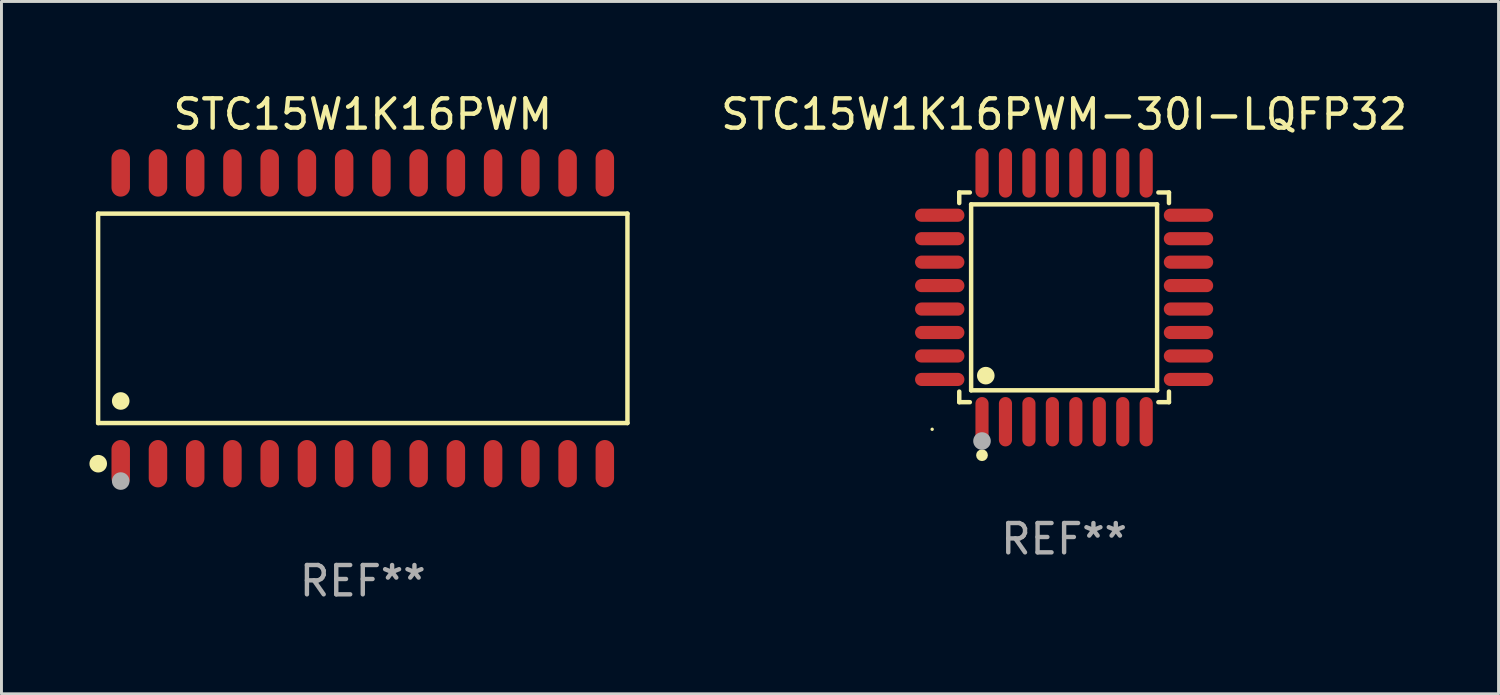
<source format=kicad_pcb>
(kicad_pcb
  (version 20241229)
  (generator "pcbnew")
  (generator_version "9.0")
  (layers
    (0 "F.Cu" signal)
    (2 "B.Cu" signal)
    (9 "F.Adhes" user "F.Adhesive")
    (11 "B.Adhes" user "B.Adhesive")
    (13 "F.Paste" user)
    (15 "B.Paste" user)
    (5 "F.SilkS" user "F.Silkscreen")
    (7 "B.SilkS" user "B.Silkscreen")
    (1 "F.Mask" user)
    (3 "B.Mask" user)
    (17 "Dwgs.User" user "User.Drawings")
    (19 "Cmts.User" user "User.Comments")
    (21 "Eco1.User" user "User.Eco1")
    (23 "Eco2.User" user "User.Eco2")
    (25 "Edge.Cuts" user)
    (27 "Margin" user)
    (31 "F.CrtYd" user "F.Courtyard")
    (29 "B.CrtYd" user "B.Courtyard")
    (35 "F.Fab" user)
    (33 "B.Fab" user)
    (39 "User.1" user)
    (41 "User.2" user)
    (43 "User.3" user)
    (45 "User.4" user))
  (footprint "STC15W1K16PWM-30I-LQFP32"
    (layer "F.Cu")
    (at 33.24 7.09)
    (property "Reference" "STC15W1K16PWM-30I-LQFP32" (at 0 -6.242 0) (layer "F.SilkS") (effects (font (size 1 1) (thickness 0.15))))
    (attr through_hole)
    (fp_line (start -3.576 -3.576) (end -3.215 -3.576) (stroke (width 0.152) (type solid)) (layer "F.SilkS"))
    (fp_line (start -3.576 -3.215) (end -3.576 -3.576) (stroke (width 0.152) (type solid)) (layer "F.SilkS"))
    (fp_line (start -3.576 3.215) (end -3.576 3.576) (stroke (width 0.152) (type solid)) (layer "F.SilkS"))
    (fp_line (start -3.576 3.576) (end -3.215 3.576) (stroke (width 0.152) (type solid)) (layer "F.SilkS"))
    (fp_line (start -3.171 -3.171) (end 3.171 -3.171) (stroke (width 0.152) (type solid)) (layer "F.SilkS"))
    (fp_line (start -3.171 3.171) (end -3.171 -3.171) (stroke (width 0.152) (type solid)) (layer "F.SilkS"))
    (fp_line (start 3.171 -3.171) (end 3.171 3.171) (stroke (width 0.152) (type solid)) (layer "F.SilkS"))
    (fp_line (start 3.171 3.171) (end -3.171 3.171) (stroke (width 0.152) (type solid)) (layer "F.SilkS"))
    (fp_line (start 3.576 -3.576) (end 3.215 -3.576) (stroke (width 0.152) (type solid)) (layer "F.SilkS"))
    (fp_line (start 3.576 -3.215) (end 3.576 -3.576) (stroke (width 0.152) (type solid)) (layer "F.SilkS"))
    (fp_line (start 3.576 3.215) (end 3.576 3.576) (stroke (width 0.152) (type solid)) (layer "F.SilkS"))
    (fp_line (start 3.576 3.576) (end 3.215 3.576) (stroke (width 0.152) (type solid)) (layer "F.SilkS"))
    (fp_circle (center -4.5 4.5) (end -4.47 4.5) (stroke (width 0.06) (type solid)) (fill no) (layer "F.SilkS"))
    (fp_circle (center -2.8 5.384) (end -2.7 5.384) (stroke (width 0.2) (type solid)) (fill no) (layer "F.SilkS"))
    (fp_circle (center -2.671 2.671) (end -2.521 2.671) (stroke (width 0.3) (type solid)) (fill no) (layer "F.SilkS"))
    (fp_circle (center -2.8 4.9) (end -2.65 4.9) (stroke (width 0.3) (type solid)) (fill no) (layer "F.Fab"))
    (fp_text user "REF**" (at 0 8.242 0) (layer "F.Fab") (effects (font (size 1 1) (thickness 0.15))))
    (pad "1" smd oval (at -2.8 4.242) (size 0.448 1.684) (layers "F.Cu" "F.Mask" "F.Paste"))
    (pad "2" smd oval (at -2 4.242) (size 0.448 1.684) (layers "F.Cu" "F.Mask" "F.Paste"))
    (pad "3" smd oval (at -1.2 4.242) (size 0.448 1.684) (layers "F.Cu" "F.Mask" "F.Paste"))
    (pad "4" smd oval (at -0.4 4.242) (size 0.448 1.684) (layers "F.Cu" "F.Mask" "F.Paste"))
    (pad "5" smd oval (at 0.4 4.242) (size 0.448 1.684) (layers "F.Cu" "F.Mask" "F.Paste"))
    (pad "6" smd oval (at 1.2 4.242) (size 0.448 1.684) (layers "F.Cu" "F.Mask" "F.Paste"))
    (pad "7" smd oval (at 2 4.242) (size 0.448 1.684) (layers "F.Cu" "F.Mask" "F.Paste"))
    (pad "8" smd oval (at 2.8 4.242) (size 0.448 1.684) (layers "F.Cu" "F.Mask" "F.Paste"))
    (pad "9" smd oval (at 4.242 2.8) (size 1.684 0.448) (layers "F.Cu" "F.Mask" "F.Paste"))
    (pad "10" smd oval (at 4.242 2) (size 1.684 0.448) (layers "F.Cu" "F.Mask" "F.Paste"))
    (pad "11" smd oval (at 4.242 1.2) (size 1.684 0.448) (layers "F.Cu" "F.Mask" "F.Paste"))
    (pad "12" smd oval (at 4.242 0.4) (size 1.684 0.448) (layers "F.Cu" "F.Mask" "F.Paste"))
    (pad "13" smd oval (at 4.242 -0.4) (size 1.684 0.448) (layers "F.Cu" "F.Mask" "F.Paste"))
    (pad "14" smd oval (at 4.242 -1.2) (size 1.684 0.448) (layers "F.Cu" "F.Mask" "F.Paste"))
    (pad "15" smd oval (at 4.242 -2) (size 1.684 0.448) (layers "F.Cu" "F.Mask" "F.Paste"))
    (pad "16" smd oval (at 4.242 -2.8) (size 1.684 0.448) (layers "F.Cu" "F.Mask" "F.Paste"))
    (pad "17" smd oval (at 2.8 -4.242) (size 0.448 1.684) (layers "F.Cu" "F.Mask" "F.Paste"))
    (pad "18" smd oval (at 2 -4.242) (size 0.448 1.684) (layers "F.Cu" "F.Mask" "F.Paste"))
    (pad "19" smd oval (at 1.2 -4.242) (size 0.448 1.684) (layers "F.Cu" "F.Mask" "F.Paste"))
    (pad "20" smd oval (at 0.4 -4.242) (size 0.448 1.684) (layers "F.Cu" "F.Mask" "F.Paste"))
    (pad "21" smd oval (at -0.4 -4.242) (size 0.448 1.684) (layers "F.Cu" "F.Mask" "F.Paste"))
    (pad "22" smd oval (at -1.2 -4.242) (size 0.448 1.684) (layers "F.Cu" "F.Mask" "F.Paste"))
    (pad "23" smd oval (at -2 -4.242) (size 0.448 1.684) (layers "F.Cu" "F.Mask" "F.Paste"))
    (pad "24" smd oval (at -2.8 -4.242) (size 0.448 1.684) (layers "F.Cu" "F.Mask" "F.Paste"))
    (pad "25" smd oval (at -4.242 -2.8) (size 1.684 0.448) (layers "F.Cu" "F.Mask" "F.Paste"))
    (pad "26" smd oval (at -4.242 -2) (size 1.684 0.448) (layers "F.Cu" "F.Mask" "F.Paste"))
    (pad "27" smd oval (at -4.242 -1.2) (size 1.684 0.448) (layers "F.Cu" "F.Mask" "F.Paste"))
    (pad "28" smd oval (at -4.242 -0.4) (size 1.684 0.448) (layers "F.Cu" "F.Mask" "F.Paste"))
    (pad "29" smd oval (at -4.242 0.4) (size 1.684 0.448) (layers "F.Cu" "F.Mask" "F.Paste"))
    (pad "30" smd oval (at -4.242 1.2) (size 1.684 0.448) (layers "F.Cu" "F.Mask" "F.Paste"))
    (pad "31" smd oval (at -4.242 2) (size 1.684 0.448) (layers "F.Cu" "F.Mask" "F.Paste"))
    (pad "32" smd oval (at -4.242 2.8) (size 1.684 0.448) (layers "F.Cu" "F.Mask" "F.Paste")))
  (footprint "STC15W1K16PWM"
    (layer "F.Cu")
    (at 9.322 7.806)
    (property "Reference" "STC15W1K16PWM" (at 0 -6.958 0) (layer "F.SilkS") (effects (font (size 1 1) (thickness 0.15))))
    (attr through_hole)
    (fp_line (start -9.026 -3.571) (end 9.026 -3.571) (stroke (width 0.152) (type solid)) (layer "F.SilkS"))
    (fp_line (start -9.026 3.571) (end -9.026 -3.571) (stroke (width 0.152) (type solid)) (layer "F.SilkS"))
    (fp_line (start 9.026 -3.571) (end 9.026 3.571) (stroke (width 0.152) (type solid)) (layer "F.SilkS"))
    (fp_line (start 9.026 3.571) (end -9.026 3.571) (stroke (width 0.152) (type solid)) (layer "F.SilkS"))
    (fp_circle (center -9.022 4.958) (end -8.872 4.958) (stroke (width 0.3) (type solid)) (fill no) (layer "F.SilkS"))
    (fp_circle (center -8.95 5.15) (end -8.92 5.15) (stroke (width 0.06) (type solid)) (fill no) (layer "F.SilkS"))
    (fp_circle (center -8.255 2.819) (end -8.105 2.819) (stroke (width 0.3) (type solid)) (fill no) (layer "F.SilkS"))
    (fp_circle (center -8.255 5.55) (end -8.105 5.55) (stroke (width 0.3) (type solid)) (fill no) (layer "F.Fab"))
    (fp_text user "REF**" (at 0 8.958 0) (layer "F.Fab") (effects (font (size 1 1) (thickness 0.15))))
    (pad "1" smd oval (at -8.255 4.958) (size 0.63 1.615) (layers "F.Cu" "F.Mask" "F.Paste"))
    (pad "2" smd oval (at -6.985 4.958) (size 0.63 1.615) (layers "F.Cu" "F.Mask" "F.Paste"))
    (pad "3" smd oval (at -5.715 4.958) (size 0.63 1.615) (layers "F.Cu" "F.Mask" "F.Paste"))
    (pad "4" smd oval (at -4.445 4.958) (size 0.63 1.615) (layers "F.Cu" "F.Mask" "F.Paste"))
    (pad "5" smd oval (at -3.175 4.958) (size 0.63 1.615) (layers "F.Cu" "F.Mask" "F.Paste"))
    (pad "6" smd oval (at -1.905 4.958) (size 0.63 1.615) (layers "F.Cu" "F.Mask" "F.Paste"))
    (pad "7" smd oval (at -0.635 4.958) (size 0.63 1.615) (layers "F.Cu" "F.Mask" "F.Paste"))
    (pad "8" smd oval (at 0.635 4.958) (size 0.63 1.615) (layers "F.Cu" "F.Mask" "F.Paste"))
    (pad "9" smd oval (at 1.905 4.958) (size 0.63 1.615) (layers "F.Cu" "F.Mask" "F.Paste"))
    (pad "10" smd oval (at 3.175 4.958) (size 0.63 1.615) (layers "F.Cu" "F.Mask" "F.Paste"))
    (pad "11" smd oval (at 4.445 4.958) (size 0.63 1.615) (layers "F.Cu" "F.Mask" "F.Paste"))
    (pad "12" smd oval (at 5.715 4.958) (size 0.63 1.615) (layers "F.Cu" "F.Mask" "F.Paste"))
    (pad "13" smd oval (at 6.985 4.958) (size 0.63 1.615) (layers "F.Cu" "F.Mask" "F.Paste"))
    (pad "14" smd oval (at 8.255 4.958) (size 0.63 1.615) (layers "F.Cu" "F.Mask" "F.Paste"))
    (pad "15" smd oval (at 8.255 -4.958) (size 0.63 1.615) (layers "F.Cu" "F.Mask" "F.Paste"))
    (pad "16" smd oval (at 6.985 -4.958) (size 0.63 1.615) (layers "F.Cu" "F.Mask" "F.Paste"))
    (pad "17" smd oval (at 5.715 -4.958) (size 0.63 1.615) (layers "F.Cu" "F.Mask" "F.Paste"))
    (pad "18" smd oval (at 4.445 -4.958) (size 0.63 1.615) (layers "F.Cu" "F.Mask" "F.Paste"))
    (pad "19" smd oval (at 3.175 -4.958) (size 0.63 1.615) (layers "F.Cu" "F.Mask" "F.Paste"))
    (pad "20" smd oval (at 1.905 -4.958) (size 0.63 1.615) (layers "F.Cu" "F.Mask" "F.Paste"))
    (pad "21" smd oval (at 0.635 -4.958) (size 0.63 1.615) (layers "F.Cu" "F.Mask" "F.Paste"))
    (pad "22" smd oval (at -0.635 -4.958) (size 0.63 1.615) (layers "F.Cu" "F.Mask" "F.Paste"))
    (pad "23" smd oval (at -1.905 -4.958) (size 0.63 1.615) (layers "F.Cu" "F.Mask" "F.Paste"))
    (pad "24" smd oval (at -3.175 -4.958) (size 0.63 1.615) (layers "F.Cu" "F.Mask" "F.Paste"))
    (pad "25" smd oval (at -4.445 -4.958) (size 0.63 1.615) (layers "F.Cu" "F.Mask" "F.Paste"))
    (pad "26" smd oval (at -5.715 -4.958) (size 0.63 1.615) (layers "F.Cu" "F.Mask" "F.Paste"))
    (pad "27" smd oval (at -6.985 -4.958) (size 0.63 1.615) (layers "F.Cu" "F.Mask" "F.Paste"))
    (pad "28" smd oval (at -8.255 -4.958) (size 0.63 1.615) (layers "F.Cu" "F.Mask" "F.Paste")))
  (gr_rect
    (start -3 -3)
    (end 48.056 20.612)
    (stroke (width 0.1) (type default))
    (fill no)
    (layer "Edge.Cuts")))
</source>
